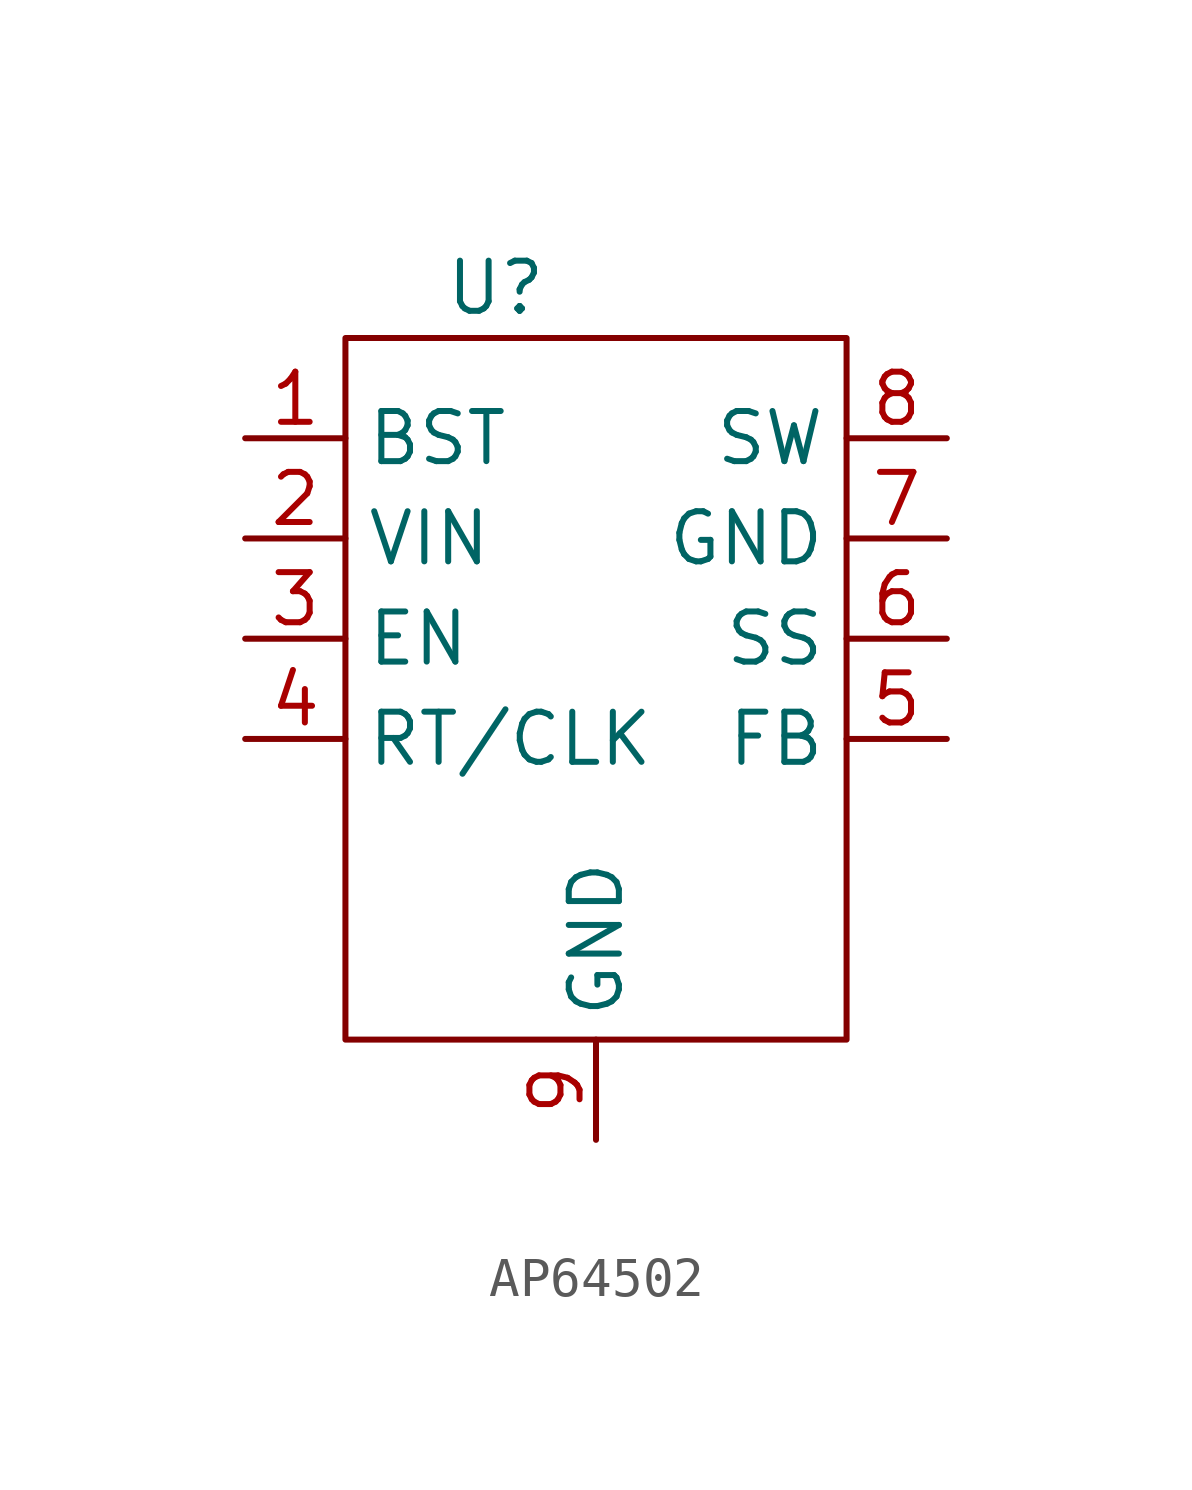
<source format=kicad_sym>
(kicad_symbol_lib
  (version 20220914)
  (generator kicad_symbol_editor)
  (symbol "AP64502"
    (property "Reference" "U"
      (at -2.54 7.62 0)
      (effects (font (size 1.27 1.27))))
    (property "Value" ""
      (at -1.27 7.62 0)
      (effects (font (size 1.27 1.27))))
    (symbol "AP64502_0_1"
      (rectangle (start -6.35 6.35) (end 6.35 -11.43) (stroke (width 0) (type default)) (fill (type none))))
    (symbol "AP64502_1_1"
      (pin input line (at -8.89 3.81 0) (length 2.54) (name "BST" (effects (font (size 1.27 1.27)))) (number "1" (effects (font (size 1.27 1.27)))))
      (pin input line (at -8.89 1.27 0) (length 2.54) (name "VIN" (effects (font (size 1.27 1.27)))) (number "2" (effects (font (size 1.27 1.27)))))
      (pin input line (at -8.89 -1.27 0) (length 2.54) (name "EN" (effects (font (size 1.27 1.27)))) (number "3" (effects (font (size 1.27 1.27)))))
      (pin input line (at -8.89 -3.81 0) (length 2.54) (name "RT/CLK" (effects (font (size 1.27 1.27)))) (number "4" (effects (font (size 1.27 1.27)))))
      (pin input line (at 8.89 -3.81 180) (length 2.54) (name "FB" (effects (font (size 1.27 1.27)))) (number "5" (effects (font (size 1.27 1.27)))))
      (pin input line (at 8.89 -1.27 180) (length 2.54) (name "SS" (effects (font (size 1.27 1.27)))) (number "6" (effects (font (size 1.27 1.27)))))
      (pin input line (at 8.89 1.27 180) (length 2.54) (name "GND" (effects (font (size 1.27 1.27)))) (number "7" (effects (font (size 1.27 1.27)))))
      (pin input line (at 8.89 3.81 180) (length 2.54) (name "SW" (effects (font (size 1.27 1.27)))) (number "8" (effects (font (size 1.27 1.27)))))
      (pin input line (at 0 -13.97 90) (length 2.54) (name "GND" (effects (font (size 1.27 1.27)))) (number "9" (effects (font (size 1.27 1.27))))))))
</source>
